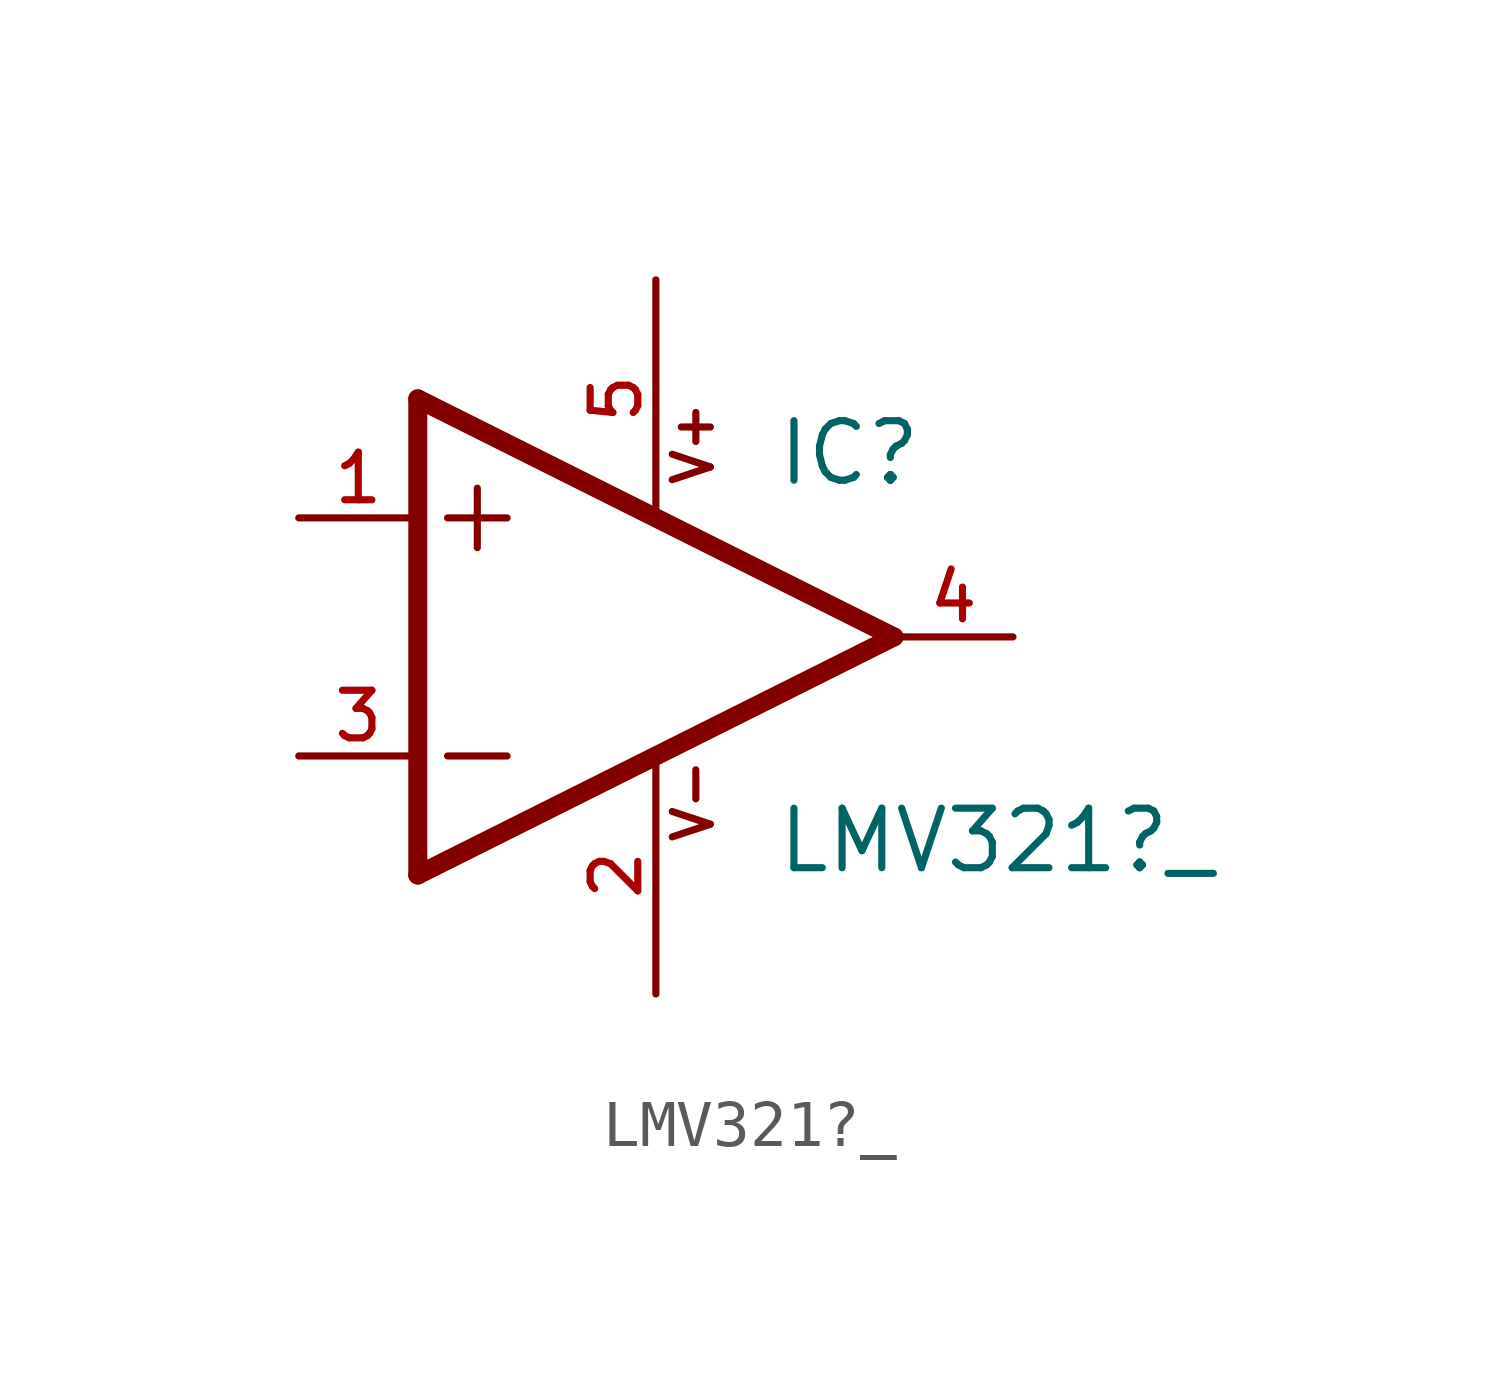
<source format=kicad_sym>
(kicad_symbol_lib
  (version 20211014)
  (generator kicad_symbol_editor)
  (symbol "LMV321?_"
    (pin_names
      (offset 1.016))
    (property "Reference" "IC"
      (at 2.545 3.181 0)
      (effects (font (size 1.27 1.27)) (justify bottom left)))
    (property "Value" "LMV321?_"
      (at 2.544 -5.088 0)
      (effects (font (size 1.27 1.27)) (justify bottom left)))
    (symbol "LMV321?__0_0"
      (polyline (pts (xy -5.08 5.08) (xy -5.08 -5.08)) (stroke (width 0.406)))
      (polyline (pts (xy -5.08 -5.08) (xy 5.08 0.0)) (stroke (width 0.406)))
      (polyline (pts (xy 5.08 0.0) (xy -5.08 5.08)) (stroke (width 0.406)))
      (polyline (pts (xy -3.81 3.175) (xy -3.81 1.905)) (stroke (width 0.152)))
      (polyline (pts (xy -4.445 2.54) (xy -3.175 2.54)) (stroke (width 0.152)))
      (polyline (pts (xy -4.445 -2.54) (xy -3.175 -2.54)) (stroke (width 0.152)))
      (text "V+" (at 1.271 3.178 900) (effects (font (size 0.814 0.814)) (justify bottom left)))
      (text "V-" (at 1.27 -4.445 900) (effects (font (size 0.813 0.813)) (justify bottom left)))
      (pin input line (at -7.62 -2.54 0) (length 2.54) (name "~" (effects (font (size 1.016 1.016)))) (number "3" (effects (font (size 1.016 1.016)))))
      (pin input line (at -7.62 2.54 0) (length 2.54) (name "~" (effects (font (size 1.016 1.016)))) (number "1" (effects (font (size 1.016 1.016)))))
      (pin output line (at 7.62 0.0 180.0) (length 2.54) (name "~" (effects (font (size 1.016 1.016)))) (number "4" (effects (font (size 1.016 1.016)))))
      (pin power_in line (at 0.0 7.62 270.0) (length 5.08) (name "~" (effects (font (size 1.016 1.016)))) (number "5" (effects (font (size 1.016 1.016)))))
      (pin power_in line (at 0.0 -7.62 90.0) (length 5.08) (name "~" (effects (font (size 1.016 1.016)))) (number "2" (effects (font (size 1.016 1.016))))))))
</source>
